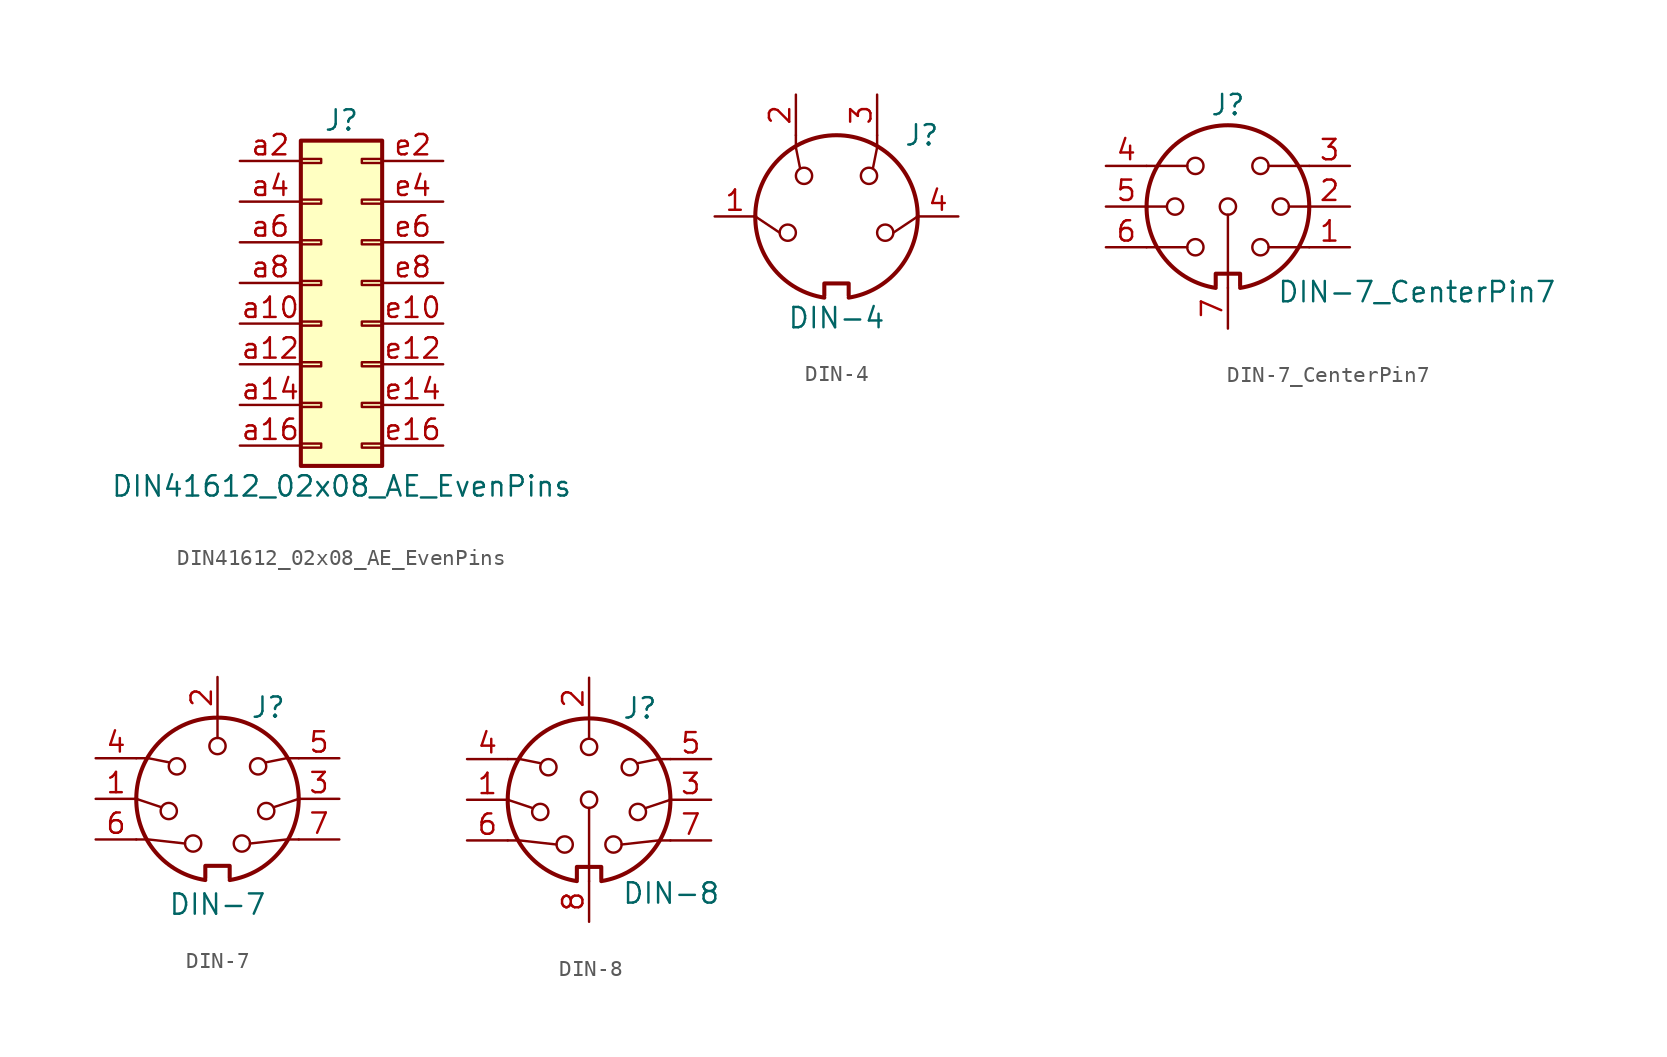
<source format=kicad_sym>
(kicad_symbol_lib
  (version 20201005)
  (generator kicad_symbol_editor)
  (symbol "Connector:DIN41612_02x08_AE_EvenPins"
    (pin_names
      (offset 1.016) hide)
    (property "Reference" "J"
      (at 1.27 10.16 0)
      (effects (font (size 1.27 1.27))))
    (property "Value" "DIN41612_02x08_AE_EvenPins"
      (at 1.27 -12.7 0)
      (effects (font (size 1.27 1.27))))
    (symbol "DIN41612_02x08_AE_EvenPins_1_1"
      (rectangle (start -1.27 -10.033) (end 0 -10.287) (stroke (width 0.152)) (fill (type none)))
      (rectangle (start -1.27 -7.493) (end 0 -7.747) (stroke (width 0.152)) (fill (type none)))
      (rectangle (start -1.27 -4.953) (end 0 -5.207) (stroke (width 0.152)) (fill (type none)))
      (rectangle (start -1.27 -2.413) (end 0 -2.667) (stroke (width 0.152)) (fill (type none)))
      (rectangle (start -1.27 0.127) (end 0 -0.127) (stroke (width 0.152)) (fill (type none)))
      (rectangle (start -1.27 2.667) (end 0 2.413) (stroke (width 0.152)) (fill (type none)))
      (rectangle (start -1.27 5.207) (end 0 4.953) (stroke (width 0.152)) (fill (type none)))
      (rectangle (start -1.27 7.747) (end 0 7.493) (stroke (width 0.152)) (fill (type none)))
      (rectangle (start -1.27 8.89) (end 3.81 -11.43) (stroke (width 0.254)) (fill (type background)))
      (rectangle (start 3.81 -10.033) (end 2.54 -10.287) (stroke (width 0.152)) (fill (type none)))
      (rectangle (start 3.81 -7.493) (end 2.54 -7.747) (stroke (width 0.152)) (fill (type none)))
      (rectangle (start 3.81 -4.953) (end 2.54 -5.207) (stroke (width 0.152)) (fill (type none)))
      (rectangle (start 3.81 -2.413) (end 2.54 -2.667) (stroke (width 0.152)) (fill (type none)))
      (rectangle (start 3.81 0.127) (end 2.54 -0.127) (stroke (width 0.152)) (fill (type none)))
      (rectangle (start 3.81 2.667) (end 2.54 2.413) (stroke (width 0.152)) (fill (type none)))
      (rectangle (start 3.81 5.207) (end 2.54 4.953) (stroke (width 0.152)) (fill (type none)))
      (rectangle (start 3.81 7.747) (end 2.54 7.493) (stroke (width 0.152)) (fill (type none)))
      (pin passive line (at -5.08 -2.54 0) (length 3.81) (name "Pin_a10" (effects (font (size 1.27 1.27)))) (number "a10" (effects (font (size 1.27 1.27)))))
      (pin passive line (at -5.08 -5.08 0) (length 3.81) (name "Pin_a12" (effects (font (size 1.27 1.27)))) (number "a12" (effects (font (size 1.27 1.27)))))
      (pin passive line (at -5.08 -7.62 0) (length 3.81) (name "Pin_a14" (effects (font (size 1.27 1.27)))) (number "a14" (effects (font (size 1.27 1.27)))))
      (pin passive line (at -5.08 -10.16 0) (length 3.81) (name "Pin_a16" (effects (font (size 1.27 1.27)))) (number "a16" (effects (font (size 1.27 1.27)))))
      (pin passive line (at -5.08 7.62 0) (length 3.81) (name "Pin_a2" (effects (font (size 1.27 1.27)))) (number "a2" (effects (font (size 1.27 1.27)))))
      (pin passive line (at -5.08 5.08 0) (length 3.81) (name "Pin_a4" (effects (font (size 1.27 1.27)))) (number "a4" (effects (font (size 1.27 1.27)))))
      (pin passive line (at -5.08 2.54 0) (length 3.81) (name "Pin_a6" (effects (font (size 1.27 1.27)))) (number "a6" (effects (font (size 1.27 1.27)))))
      (pin passive line (at -5.08 0 0) (length 3.81) (name "Pin_a8" (effects (font (size 1.27 1.27)))) (number "a8" (effects (font (size 1.27 1.27)))))
      (pin passive line (at 7.62 -2.54 180) (length 3.81) (name "Pin_e10" (effects (font (size 1.27 1.27)))) (number "e10" (effects (font (size 1.27 1.27)))))
      (pin passive line (at 7.62 -5.08 180) (length 3.81) (name "Pin_e12" (effects (font (size 1.27 1.27)))) (number "e12" (effects (font (size 1.27 1.27)))))
      (pin passive line (at 7.62 -7.62 180) (length 3.81) (name "Pin_e14" (effects (font (size 1.27 1.27)))) (number "e14" (effects (font (size 1.27 1.27)))))
      (pin passive line (at 7.62 -10.16 180) (length 3.81) (name "Pin_e16" (effects (font (size 1.27 1.27)))) (number "e16" (effects (font (size 1.27 1.27)))))
      (pin passive line (at 7.62 7.62 180) (length 3.81) (name "Pin_e2" (effects (font (size 1.27 1.27)))) (number "e2" (effects (font (size 1.27 1.27)))))
      (pin passive line (at 7.62 5.08 180) (length 3.81) (name "Pin_e4" (effects (font (size 1.27 1.27)))) (number "e4" (effects (font (size 1.27 1.27)))))
      (pin passive line (at 7.62 2.54 180) (length 3.81) (name "Pin_e6" (effects (font (size 1.27 1.27)))) (number "e6" (effects (font (size 1.27 1.27)))))
      (pin passive line (at 7.62 0 180) (length 3.81) (name "Pin_e8" (effects (font (size 1.27 1.27)))) (number "e8" (effects (font (size 1.27 1.27)))))))
  (symbol "Connector:DIN-4"
    (pin_names
      (offset 1.016))
    (property "Reference" "J"
      (at 5.334 5.08 0)
      (effects (font (size 1.27 1.27))))
    (property "Value" "DIN-4"
      (at 0 -6.35 0)
      (effects (font (size 1.27 1.27))))
    (symbol "DIN-4_0_1"
      (arc (start 0.762 -5.08) (end 5.08 0) (radius (at -0.0254 -0.0254) (length 5.1054) (angles -81.1 0.3)) (stroke (width 0.254)) (fill (type none)))
      (arc (start 5.08 0) (end -5.08 0) (radius (at 0 0) (length 5.08) (angles 0.1 179.9)) (stroke (width 0.254)) (fill (type none)))
      (arc (start -5.08 0) (end -0.762 -5.08) (radius (at 0.0254 -0.0254) (length 5.1054) (angles 179.7 -98.9)) (stroke (width 0.254)) (fill (type none)))
      (circle (center -3.048 -1.016) (radius 0.508) (stroke (width 0)) (fill (type none)))
      (circle (center -2.032 2.54) (radius 0.508) (stroke (width 0)) (fill (type none)))
      (circle (center 2.032 2.54) (radius 0.508) (stroke (width 0)) (fill (type none)))
      (circle (center 3.048 -1.016) (radius 0.508) (stroke (width 0)) (fill (type none)))
      (polyline (pts (xy -3.556 -1.016) (xy -5.08 0)) (stroke (width 0)) (fill (type none)))
      (polyline (pts (xy 5.08 0) (xy 3.556 -1.016)) (stroke (width 0)) (fill (type none)))
      (polyline (pts (xy -2.54 5.08) (xy -2.54 4.318) (xy -2.286 3.048)) (stroke (width 0)) (fill (type none)))
      (polyline (pts (xy 2.54 5.08) (xy 2.54 4.318) (xy 2.286 3.048)) (stroke (width 0)) (fill (type none)))
      (polyline (pts (xy -0.762 -4.953) (xy -0.762 -4.191) (xy 0.762 -4.191) (xy 0.762 -4.953)) (stroke (width 0.254)) (fill (type none))))
    (symbol "DIN-4_1_1"
      (pin passive line (at -7.62 0 0) (length 2.54) (name "~" (effects (font (size 1.27 1.27)))) (number "1" (effects (font (size 1.27 1.27)))))
      (pin passive line (at -2.54 7.62 270) (length 2.54) (name "~" (effects (font (size 1.27 1.27)))) (number "2" (effects (font (size 1.27 1.27)))))
      (pin passive line (at 2.54 7.62 270) (length 2.54) (name "~" (effects (font (size 1.27 1.27)))) (number "3" (effects (font (size 1.27 1.27)))))
      (pin passive line (at 7.62 0 180) (length 2.54) (name "~" (effects (font (size 1.27 1.27)))) (number "4" (effects (font (size 1.27 1.27)))))))
  (symbol "Connector:DIN-7_CenterPin7"
    (pin_names
      (offset 1.016))
    (property "Reference" "J"
      (at 0 6.35 0)
      (effects (font (size 1.27 1.27))))
    (property "Value" "DIN-7_CenterPin7"
      (at 3.048 -5.334 0)
      (effects (font (size 1.27 1.27)) (justify left)))
    (symbol "DIN-7_CenterPin7_0_1"
      (arc (start 0.762 -5.08) (end 5.08 0) (radius (at -0.0254 -0.0254) (length 5.1054) (angles -81.1 0.3)) (stroke (width 0.254)) (fill (type none)))
      (arc (start 5.08 0) (end -5.08 0) (radius (at 0 0) (length 5.08) (angles 0.1 179.9)) (stroke (width 0.254)) (fill (type none)))
      (arc (start -5.08 0) (end -0.762 -5.08) (radius (at 0.0254 -0.0254) (length 5.1054) (angles 179.7 -98.9)) (stroke (width 0.254)) (fill (type none)))
      (circle (center -3.302 0) (radius 0.508) (stroke (width 0)) (fill (type none)))
      (circle (center -2.032 -2.54) (radius 0.508) (stroke (width 0)) (fill (type none)))
      (circle (center -2.032 2.54) (radius 0.508) (stroke (width 0)) (fill (type none)))
      (circle (center 0 0) (radius 0.508) (stroke (width 0)) (fill (type none)))
      (circle (center 2.032 -2.54) (radius 0.508) (stroke (width 0)) (fill (type none)))
      (circle (center 2.032 2.54) (radius 0.508) (stroke (width 0)) (fill (type none)))
      (circle (center 3.302 0) (radius 0.508) (stroke (width 0)) (fill (type none)))
      (polyline (pts (xy -5.08 0) (xy -3.81 0)) (stroke (width 0)) (fill (type none)))
      (polyline (pts (xy 0 -0.508) (xy 0 -5.08)) (stroke (width 0)) (fill (type none)))
      (polyline (pts (xy 5.08 0) (xy 3.81 0)) (stroke (width 0)) (fill (type none)))
      (polyline (pts (xy -5.08 -2.54) (xy -4.318 -2.54) (xy -2.54 -2.54)) (stroke (width 0)) (fill (type none)))
      (polyline (pts (xy -5.08 2.54) (xy -4.318 2.54) (xy -2.54 2.54)) (stroke (width 0)) (fill (type none)))
      (polyline (pts (xy 5.08 -2.54) (xy 4.318 -2.54) (xy 2.54 -2.54)) (stroke (width 0)) (fill (type none)))
      (polyline (pts (xy 5.08 2.54) (xy 4.318 2.54) (xy 2.54 2.54)) (stroke (width 0)) (fill (type none)))
      (polyline (pts (xy -0.762 -4.953) (xy -0.762 -4.191) (xy 0.762 -4.191) (xy 0.762 -4.953)) (stroke (width 0.254)) (fill (type none))))
    (symbol "DIN-7_CenterPin7_1_1"
      (pin passive line (at 7.62 -2.54 180) (length 2.54) (name "~" (effects (font (size 1.27 1.27)))) (number "1" (effects (font (size 1.27 1.27)))))
      (pin passive line (at 7.62 0 180) (length 2.54) (name "~" (effects (font (size 1.27 1.27)))) (number "2" (effects (font (size 1.27 1.27)))))
      (pin passive line (at 7.62 2.54 180) (length 2.54) (name "~" (effects (font (size 1.27 1.27)))) (number "3" (effects (font (size 1.27 1.27)))))
      (pin passive line (at -7.62 2.54 0) (length 2.54) (name "~" (effects (font (size 1.27 1.27)))) (number "4" (effects (font (size 1.27 1.27)))))
      (pin passive line (at -7.62 0 0) (length 2.54) (name "~" (effects (font (size 1.27 1.27)))) (number "5" (effects (font (size 1.27 1.27)))))
      (pin passive line (at -7.62 -2.54 0) (length 2.54) (name "~" (effects (font (size 1.27 1.27)))) (number "6" (effects (font (size 1.27 1.27)))))
      (pin passive line (at 0 -7.62 90) (length 2.54) (name "~" (effects (font (size 1.27 1.27)))) (number "7" (effects (font (size 1.27 1.27)))))))
  (symbol "Connector:DIN-7"
    (pin_names
      (offset 1.016))
    (property "Reference" "J"
      (at 3.175 5.715 0)
      (effects (font (size 1.27 1.27))))
    (property "Value" "DIN-7"
      (at 0 -6.604 0)
      (effects (font (size 1.27 1.27))))
    (symbol "DIN-7_0_1"
      (arc (start 0.762 -5.08) (end 5.08 0) (radius (at -0.0254 -0.0254) (length 5.1054) (angles -81.1 0.3)) (stroke (width 0.254)) (fill (type none)))
      (arc (start 5.08 0) (end -5.08 0) (radius (at 0 0) (length 5.08) (angles 0.1 179.9)) (stroke (width 0.254)) (fill (type none)))
      (arc (start -5.08 0) (end -0.762 -5.08) (radius (at 0.0254 -0.0254) (length 5.1054) (angles 179.7 -98.9)) (stroke (width 0.254)) (fill (type none)))
      (circle (center -3.048 -0.762) (radius 0.508) (stroke (width 0)) (fill (type none)))
      (circle (center -2.54 2.032) (radius 0.508) (stroke (width 0)) (fill (type none)))
      (circle (center -1.524 -2.794) (radius 0.508) (stroke (width 0)) (fill (type none)))
      (circle (center 0 3.302) (radius 0.508) (stroke (width 0)) (fill (type none)))
      (circle (center 1.524 -2.794) (radius 0.508) (stroke (width 0)) (fill (type none)))
      (circle (center 2.54 2.032) (radius 0.508) (stroke (width 0)) (fill (type none)))
      (circle (center 3.048 -0.762) (radius 0.508) (stroke (width 0)) (fill (type none)))
      (polyline (pts (xy -5.08 0) (xy -3.556 -0.508)) (stroke (width 0)) (fill (type none)))
      (polyline (pts (xy 0 5.08) (xy 0 3.81)) (stroke (width 0)) (fill (type none)))
      (polyline (pts (xy 5.08 0) (xy 3.556 -0.508)) (stroke (width 0)) (fill (type none)))
      (polyline (pts (xy -5.08 -2.54) (xy -4.318 -2.54) (xy -2.032 -2.794)) (stroke (width 0)) (fill (type none)))
      (polyline (pts (xy -5.08 2.54) (xy -4.318 2.54) (xy -3.048 2.286)) (stroke (width 0)) (fill (type none)))
      (polyline (pts (xy 5.08 -2.54) (xy 4.318 -2.54) (xy 2.032 -2.794)) (stroke (width 0)) (fill (type none)))
      (polyline (pts (xy 5.08 2.54) (xy 4.318 2.54) (xy 3.048 2.286)) (stroke (width 0)) (fill (type none)))
      (polyline (pts (xy -0.762 -4.953) (xy -0.762 -4.191) (xy 0.762 -4.191) (xy 0.762 -4.953)) (stroke (width 0.254)) (fill (type none))))
    (symbol "DIN-7_1_1"
      (pin passive line (at -7.62 0 0) (length 2.54) (name "~" (effects (font (size 1.27 1.27)))) (number "1" (effects (font (size 1.27 1.27)))))
      (pin passive line (at 0 7.62 270) (length 2.54) (name "~" (effects (font (size 1.27 1.27)))) (number "2" (effects (font (size 1.27 1.27)))))
      (pin passive line (at 7.62 0 180) (length 2.54) (name "~" (effects (font (size 1.27 1.27)))) (number "3" (effects (font (size 1.27 1.27)))))
      (pin passive line (at -7.62 2.54 0) (length 2.54) (name "~" (effects (font (size 1.27 1.27)))) (number "4" (effects (font (size 1.27 1.27)))))
      (pin passive line (at 7.62 2.54 180) (length 2.54) (name "~" (effects (font (size 1.27 1.27)))) (number "5" (effects (font (size 1.27 1.27)))))
      (pin passive line (at -7.62 -2.54 0) (length 2.54) (name "~" (effects (font (size 1.27 1.27)))) (number "6" (effects (font (size 1.27 1.27)))))
      (pin passive line (at 7.62 -2.54 180) (length 2.54) (name "~" (effects (font (size 1.27 1.27)))) (number "7" (effects (font (size 1.27 1.27)))))))
  (symbol "Connector:DIN-8"
    (pin_names
      (offset 1.016))
    (property "Reference" "J"
      (at 3.175 5.715 0)
      (effects (font (size 1.27 1.27))))
    (property "Value" "DIN-8"
      (at 2.032 -5.842 0)
      (effects (font (size 1.27 1.27)) (justify left)))
    (symbol "DIN-8_0_1"
      (arc (start 0.762 -5.08) (end 5.08 0) (radius (at -0.0254 -0.0254) (length 5.1054) (angles -81.1 0.3)) (stroke (width 0.254)) (fill (type none)))
      (arc (start 5.08 0) (end -5.08 0) (radius (at 0 0) (length 5.08) (angles 0.1 179.9)) (stroke (width 0.254)) (fill (type none)))
      (arc (start -5.08 0) (end -0.762 -5.08) (radius (at 0.0254 -0.0254) (length 5.1054) (angles 179.7 -98.9)) (stroke (width 0.254)) (fill (type none)))
      (circle (center -3.048 -0.762) (radius 0.508) (stroke (width 0)) (fill (type none)))
      (circle (center -2.54 2.032) (radius 0.508) (stroke (width 0)) (fill (type none)))
      (circle (center -1.524 -2.794) (radius 0.508) (stroke (width 0)) (fill (type none)))
      (circle (center 0 0) (radius 0.508) (stroke (width 0)) (fill (type none)))
      (circle (center 0 3.302) (radius 0.508) (stroke (width 0)) (fill (type none)))
      (circle (center 1.524 -2.794) (radius 0.508) (stroke (width 0)) (fill (type none)))
      (circle (center 2.54 2.032) (radius 0.508) (stroke (width 0)) (fill (type none)))
      (circle (center 3.048 -0.762) (radius 0.508) (stroke (width 0)) (fill (type none)))
      (polyline (pts (xy -5.08 0) (xy -3.556 -0.508)) (stroke (width 0)) (fill (type none)))
      (polyline (pts (xy 0 -0.508) (xy 0 -5.08)) (stroke (width 0)) (fill (type none)))
      (polyline (pts (xy 0 5.08) (xy 0 3.81)) (stroke (width 0)) (fill (type none)))
      (polyline (pts (xy 5.08 0) (xy 3.556 -0.508)) (stroke (width 0)) (fill (type none)))
      (polyline (pts (xy -5.08 -2.54) (xy -4.318 -2.54) (xy -2.032 -2.794)) (stroke (width 0)) (fill (type none)))
      (polyline (pts (xy -5.08 2.54) (xy -4.318 2.54) (xy -3.048 2.286)) (stroke (width 0)) (fill (type none)))
      (polyline (pts (xy 5.08 -2.54) (xy 4.318 -2.54) (xy 2.032 -2.794)) (stroke (width 0)) (fill (type none)))
      (polyline (pts (xy 5.08 2.54) (xy 4.318 2.54) (xy 3.048 2.286)) (stroke (width 0)) (fill (type none)))
      (polyline (pts (xy -0.762 -4.953) (xy -0.762 -4.191) (xy 0.762 -4.191) (xy 0.762 -4.953)) (stroke (width 0.254)) (fill (type none))))
    (symbol "DIN-8_1_1"
      (pin passive line (at -7.62 0 0) (length 2.54) (name "~" (effects (font (size 1.27 1.27)))) (number "1" (effects (font (size 1.27 1.27)))))
      (pin passive line (at 0 7.62 270) (length 2.54) (name "~" (effects (font (size 1.27 1.27)))) (number "2" (effects (font (size 1.27 1.27)))))
      (pin passive line (at 7.62 0 180) (length 2.54) (name "~" (effects (font (size 1.27 1.27)))) (number "3" (effects (font (size 1.27 1.27)))))
      (pin passive line (at -7.62 2.54 0) (length 2.54) (name "~" (effects (font (size 1.27 1.27)))) (number "4" (effects (font (size 1.27 1.27)))))
      (pin passive line (at 7.62 2.54 180) (length 2.54) (name "~" (effects (font (size 1.27 1.27)))) (number "5" (effects (font (size 1.27 1.27)))))
      (pin passive line (at -7.62 -2.54 0) (length 2.54) (name "~" (effects (font (size 1.27 1.27)))) (number "6" (effects (font (size 1.27 1.27)))))
      (pin passive line (at 7.62 -2.54 180) (length 2.54) (name "~" (effects (font (size 1.27 1.27)))) (number "7" (effects (font (size 1.27 1.27)))))
      (pin passive line (at 0 -7.62 90) (length 2.54) (name "~" (effects (font (size 1.27 1.27)))) (number "8" (effects (font (size 1.27 1.27))))))))
</source>
